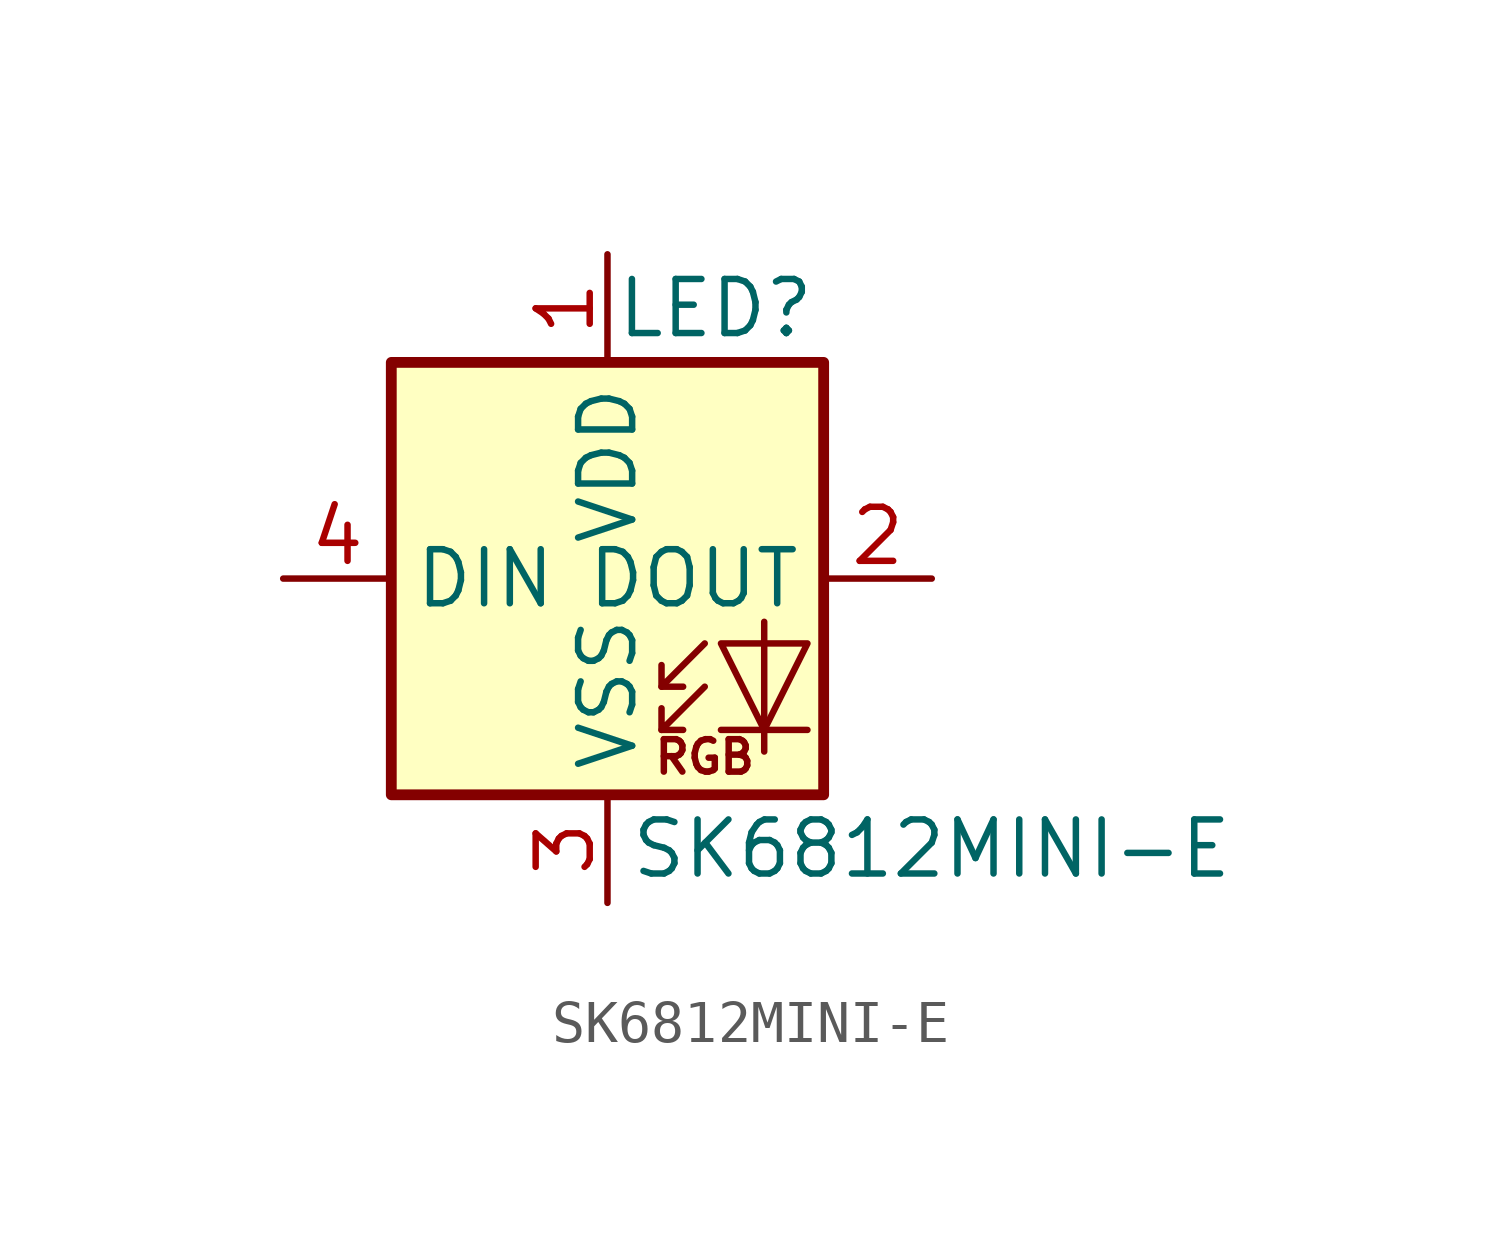
<source format=kicad_sym>
(kicad_symbol_lib
  (version 20231120)
  (generator "kicad_symbol_editor")
  (generator_version "8.0")
  (symbol "SK6812MINI-E"
    (property "Reference" "LED"
      (at 2.54 6.35 0)
      (effects (font (size 1.27 1.27))))
    (property "Value" "SK6812MINI-E"
      (at 7.62 -6.35 0)
      (effects (font (size 1.27 1.27))))
    (symbol "SK6812MINI-E_0_0"
      (text "RGB" (at 2.286 -4.191 0) (effects (font (size 0.762 0.762)))))
    (symbol "SK6812MINI-E_0_1"
      (polyline (pts (xy 1.27 -3.556) (xy 1.778 -3.556)) (stroke (width 0) (type default)) (fill (type none)))
      (polyline (pts (xy 1.27 -2.54) (xy 1.778 -2.54)) (stroke (width 0) (type default)) (fill (type none)))
      (polyline (pts (xy 4.699 -3.556) (xy 2.667 -3.556)) (stroke (width 0) (type default)) (fill (type none)))
      (polyline (pts (xy 2.286 -2.54) (xy 1.27 -3.556) (xy 1.27 -3.048)) (stroke (width 0) (type default)) (fill (type none)))
      (polyline (pts (xy 2.286 -1.524) (xy 1.27 -2.54) (xy 1.27 -2.032)) (stroke (width 0) (type default)) (fill (type none)))
      (polyline (pts (xy 3.683 -1.016) (xy 3.683 -3.556) (xy 3.683 -4.064)) (stroke (width 0) (type default)) (fill (type none)))
      (polyline (pts (xy 4.699 -1.524) (xy 2.667 -1.524) (xy 3.683 -3.556) (xy 4.699 -1.524)) (stroke (width 0) (type default)) (fill (type none)))
      (rectangle (start 5.08 5.08) (end -5.08 -5.08) (stroke (width 0.254) (type default)) (fill (type background))))
    (symbol "SK6812MINI-E_1_1"
      (pin power_in line (at 0 7.62 270) (length 2.54) (name "VDD" (effects (font (size 1.27 1.27)))) (number "1" (effects (font (size 1.27 1.27)))))
      (pin output line (at 7.62 0 180) (length 2.54) (name "DOUT" (effects (font (size 1.27 1.27)))) (number "2" (effects (font (size 1.27 1.27)))))
      (pin power_in line (at 0 -7.62 90) (length 2.54) (name "VSS" (effects (font (size 1.27 1.27)))) (number "3" (effects (font (size 1.27 1.27)))))
      (pin input line (at -7.62 0 0) (length 2.54) (name "DIN" (effects (font (size 1.27 1.27)))) (number "4" (effects (font (size 1.27 1.27))))))))
</source>
